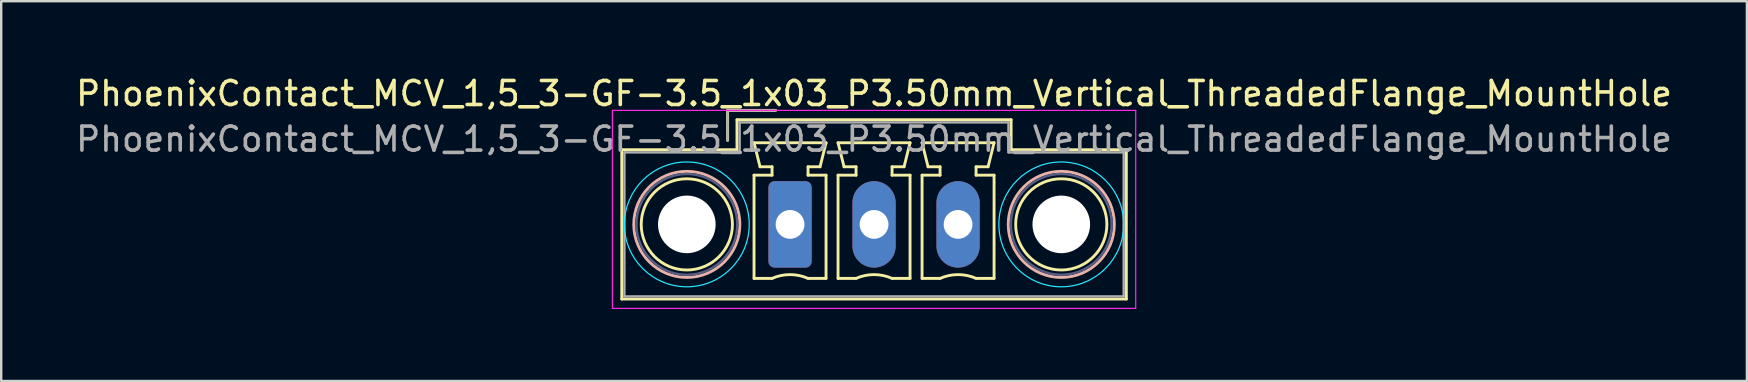
<source format=kicad_pcb>
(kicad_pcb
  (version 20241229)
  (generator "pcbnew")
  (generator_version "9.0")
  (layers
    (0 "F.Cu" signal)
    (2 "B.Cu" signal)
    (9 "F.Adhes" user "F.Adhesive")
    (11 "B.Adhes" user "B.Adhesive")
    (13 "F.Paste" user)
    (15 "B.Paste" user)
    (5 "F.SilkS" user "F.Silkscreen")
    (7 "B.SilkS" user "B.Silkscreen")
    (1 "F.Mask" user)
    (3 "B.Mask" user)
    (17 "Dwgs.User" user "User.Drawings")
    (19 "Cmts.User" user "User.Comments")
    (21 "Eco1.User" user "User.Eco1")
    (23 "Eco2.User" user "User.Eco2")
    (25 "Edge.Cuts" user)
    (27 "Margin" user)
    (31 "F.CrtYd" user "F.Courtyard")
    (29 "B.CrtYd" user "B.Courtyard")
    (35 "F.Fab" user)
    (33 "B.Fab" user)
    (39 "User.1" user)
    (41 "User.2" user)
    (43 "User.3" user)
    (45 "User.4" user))
  (footprint "PhoenixContact_MCV_1,5_3-GF-3.5_1x03_P3.50mm_Vertical_ThreadedFlange_MountHole"
    (layer "F.Cu")
    (at 29.863 6.298)
    (property "Reference" "PhoenixContact_MCV_1,5_3-GF-3.5_1x03_P3.50mm_Vertical_ThreadedFlange_MountHole" (at 3.5 -5.45 0) (layer "F.SilkS") (effects (font (size 1 1) (thickness 0.15))))
    (attr through_hole)
    (fp_line (start -7.01 -3.11) (end -7.01 3.11) (stroke (width 0.12) (type solid)) (layer "F.SilkS"))
    (fp_line (start -7.01 3.11) (end 14.01 3.11) (stroke (width 0.12) (type solid)) (layer "F.SilkS"))
    (fp_line (start -2.6 -4.75) (end -0.6 -4.75) (stroke (width 0.12) (type solid)) (layer "F.SilkS"))
    (fp_line (start -2.6 -3.5) (end -2.6 -4.75) (stroke (width 0.12) (type solid)) (layer "F.SilkS"))
    (fp_line (start -2.21 -4.36) (end -2.21 -3.11) (stroke (width 0.12) (type solid)) (layer "F.SilkS"))
    (fp_line (start -2.21 -3.11) (end -7.01 -3.11) (stroke (width 0.12) (type solid)) (layer "F.SilkS"))
    (fp_line (start -1.5 -3.4) (end 1.5 -3.4) (stroke (width 0.12) (type solid)) (layer "F.SilkS"))
    (fp_line (start -1.5 -2.05) (end -0.75 -2.05) (stroke (width 0.12) (type solid)) (layer "F.SilkS"))
    (fp_line (start -1.5 2.25) (end -1.5 -2.05) (stroke (width 0.12) (type solid)) (layer "F.SilkS"))
    (fp_line (start -1.25 -2.4) (end -1.5 -3.4) (stroke (width 0.12) (type solid)) (layer "F.SilkS"))
    (fp_line (start -0.75 -2.4) (end -1.25 -2.4) (stroke (width 0.12) (type solid)) (layer "F.SilkS"))
    (fp_line (start -0.75 -2.05) (end -0.75 -2.4) (stroke (width 0.12) (type solid)) (layer "F.SilkS"))
    (fp_line (start -0.75 2.25) (end -1.5 2.25) (stroke (width 0.12) (type solid)) (layer "F.SilkS"))
    (fp_line (start 0.75 -2.4) (end 0.75 -2.05) (stroke (width 0.12) (type solid)) (layer "F.SilkS"))
    (fp_line (start 0.75 -2.05) (end 1.5 -2.05) (stroke (width 0.12) (type solid)) (layer "F.SilkS"))
    (fp_line (start 1.25 -2.4) (end 0.75 -2.4) (stroke (width 0.12) (type solid)) (layer "F.SilkS"))
    (fp_line (start 1.5 -3.4) (end 1.25 -2.4) (stroke (width 0.12) (type solid)) (layer "F.SilkS"))
    (fp_line (start 1.5 -2.05) (end 1.5 2.25) (stroke (width 0.12) (type solid)) (layer "F.SilkS"))
    (fp_line (start 1.5 2.25) (end 0.75 2.25) (stroke (width 0.12) (type solid)) (layer "F.SilkS"))
    (fp_line (start 2 -3.4) (end 5 -3.4) (stroke (width 0.12) (type solid)) (layer "F.SilkS"))
    (fp_line (start 2 -2.05) (end 2.75 -2.05) (stroke (width 0.12) (type solid)) (layer "F.SilkS"))
    (fp_line (start 2 2.25) (end 2 -2.05) (stroke (width 0.12) (type solid)) (layer "F.SilkS"))
    (fp_line (start 2.25 -2.4) (end 2 -3.4) (stroke (width 0.12) (type solid)) (layer "F.SilkS"))
    (fp_line (start 2.75 -2.4) (end 2.25 -2.4) (stroke (width 0.12) (type solid)) (layer "F.SilkS"))
    (fp_line (start 2.75 -2.05) (end 2.75 -2.4) (stroke (width 0.12) (type solid)) (layer "F.SilkS"))
    (fp_line (start 2.75 2.25) (end 2 2.25) (stroke (width 0.12) (type solid)) (layer "F.SilkS"))
    (fp_line (start 4.25 -2.4) (end 4.25 -2.05) (stroke (width 0.12) (type solid)) (layer "F.SilkS"))
    (fp_line (start 4.25 -2.05) (end 5 -2.05) (stroke (width 0.12) (type solid)) (layer "F.SilkS"))
    (fp_line (start 4.75 -2.4) (end 4.25 -2.4) (stroke (width 0.12) (type solid)) (layer "F.SilkS"))
    (fp_line (start 5 -3.4) (end 4.75 -2.4) (stroke (width 0.12) (type solid)) (layer "F.SilkS"))
    (fp_line (start 5 -2.05) (end 5 2.25) (stroke (width 0.12) (type solid)) (layer "F.SilkS"))
    (fp_line (start 5 2.25) (end 4.25 2.25) (stroke (width 0.12) (type solid)) (layer "F.SilkS"))
    (fp_line (start 5.5 -3.4) (end 8.5 -3.4) (stroke (width 0.12) (type solid)) (layer "F.SilkS"))
    (fp_line (start 5.5 -2.05) (end 6.25 -2.05) (stroke (width 0.12) (type solid)) (layer "F.SilkS"))
    (fp_line (start 5.5 2.25) (end 5.5 -2.05) (stroke (width 0.12) (type solid)) (layer "F.SilkS"))
    (fp_line (start 5.75 -2.4) (end 5.5 -3.4) (stroke (width 0.12) (type solid)) (layer "F.SilkS"))
    (fp_line (start 6.25 -2.4) (end 5.75 -2.4) (stroke (width 0.12) (type solid)) (layer "F.SilkS"))
    (fp_line (start 6.25 -2.05) (end 6.25 -2.4) (stroke (width 0.12) (type solid)) (layer "F.SilkS"))
    (fp_line (start 6.25 2.25) (end 5.5 2.25) (stroke (width 0.12) (type solid)) (layer "F.SilkS"))
    (fp_line (start 7.75 -2.4) (end 7.75 -2.05) (stroke (width 0.12) (type solid)) (layer "F.SilkS"))
    (fp_line (start 7.75 -2.05) (end 8.5 -2.05) (stroke (width 0.12) (type solid)) (layer "F.SilkS"))
    (fp_line (start 8.25 -2.4) (end 7.75 -2.4) (stroke (width 0.12) (type solid)) (layer "F.SilkS"))
    (fp_line (start 8.5 -3.4) (end 8.25 -2.4) (stroke (width 0.12) (type solid)) (layer "F.SilkS"))
    (fp_line (start 8.5 -2.05) (end 8.5 2.25) (stroke (width 0.12) (type solid)) (layer "F.SilkS"))
    (fp_line (start 8.5 2.25) (end 7.75 2.25) (stroke (width 0.12) (type solid)) (layer "F.SilkS"))
    (fp_line (start 9.21 -4.36) (end -2.21 -4.36) (stroke (width 0.12) (type solid)) (layer "F.SilkS"))
    (fp_line (start 9.21 -3.11) (end 9.21 -4.36) (stroke (width 0.12) (type solid)) (layer "F.SilkS"))
    (fp_line (start 14.01 -3.11) (end 9.21 -3.11) (stroke (width 0.12) (type solid)) (layer "F.SilkS"))
    (fp_line (start 14.01 3.11) (end 14.01 -3.11) (stroke (width 0.12) (type solid)) (layer "F.SilkS"))
    (fp_arc (start -0.75 2.25) (mid -0.000193 2.09191) (end 0.749647 2.249844) (stroke (width 0.12) (type solid)) (layer "F.SilkS"))
    (fp_arc (start 2.75 2.25) (mid 3.499807 2.09191) (end 4.249647 2.249844) (stroke (width 0.12) (type solid)) (layer "F.SilkS"))
    (fp_arc (start 6.25 2.25) (mid 6.999807 2.09191) (end 7.749647 2.249844) (stroke (width 0.12) (type solid)) (layer "F.SilkS"))
    (fp_circle (center -4.3 0) (end -2.4 0) (stroke (width 0.12) (type solid)) (fill no) (layer "F.SilkS"))
    (fp_circle (center 11.3 0) (end 13.2 0) (stroke (width 0.12) (type solid)) (fill no) (layer "F.SilkS"))
    (fp_circle (center -4.3 0) (end -2.09 0) (stroke (width 0.12) (type solid)) (fill no) (layer "B.SilkS"))
    (fp_circle (center 11.3 0) (end 13.51 0) (stroke (width 0.12) (type solid)) (fill no) (layer "B.SilkS"))
    (fp_circle (center -4.3 0) (end -1.7 0) (stroke (width 0.05) (type solid)) (fill no) (layer "B.CrtYd"))
    (fp_circle (center 11.3 0) (end 13.9 0) (stroke (width 0.05) (type solid)) (fill no) (layer "B.CrtYd"))
    (fp_line (start -7.4 -4.75) (end -7.4 3.5) (stroke (width 0.05) (type solid)) (layer "F.CrtYd"))
    (fp_line (start -7.4 3.5) (end 14.4 3.5) (stroke (width 0.05) (type solid)) (layer "F.CrtYd"))
    (fp_line (start 14.4 -4.75) (end -7.4 -4.75) (stroke (width 0.05) (type solid)) (layer "F.CrtYd"))
    (fp_line (start 14.4 3.5) (end 14.4 -4.75) (stroke (width 0.05) (type solid)) (layer "F.CrtYd"))
    (fp_circle (center -4.3 0) (end -2.2 0) (stroke (width 0.1) (type solid)) (fill no) (layer "B.Fab"))
    (fp_circle (center 11.3 0) (end 13.4 0) (stroke (width 0.1) (type solid)) (fill no) (layer "B.Fab"))
    (fp_line (start -6.9 -3) (end -6.9 3) (stroke (width 0.1) (type solid)) (layer "F.Fab"))
    (fp_line (start -6.9 3) (end 13.9 3) (stroke (width 0.1) (type solid)) (layer "F.Fab"))
    (fp_line (start -2.6 -4.75) (end -0.6 -4.75) (stroke (width 0.1) (type solid)) (layer "F.Fab"))
    (fp_line (start -2.6 -3.5) (end -2.6 -4.75) (stroke (width 0.1) (type solid)) (layer "F.Fab"))
    (fp_line (start -2.1 -4.25) (end -2.1 -3) (stroke (width 0.1) (type solid)) (layer "F.Fab"))
    (fp_line (start -2.1 -3) (end -6.9 -3) (stroke (width 0.1) (type solid)) (layer "F.Fab"))
    (fp_line (start 9.1 -4.25) (end -2.1 -4.25) (stroke (width 0.1) (type solid)) (layer "F.Fab"))
    (fp_line (start 9.1 -3) (end 9.1 -4.25) (stroke (width 0.1) (type solid)) (layer "F.Fab"))
    (fp_line (start 13.9 -3) (end 9.1 -3) (stroke (width 0.1) (type solid)) (layer "F.Fab"))
    (fp_line (start 13.9 3) (end 13.9 -3) (stroke (width 0.1) (type solid)) (layer "F.Fab"))
    (fp_text user "${REFERENCE}" (at 3.5 -3.55 0) (layer "F.Fab") (effects (font (size 1 1) (thickness 0.15))))
    (pad "" np_thru_hole circle (at -4.3 0) (size 2.4 2.4) (drill 2.4) (layers "*.Cu" "*.Mask"))
    (pad "" np_thru_hole circle (at 11.3 0) (size 2.4 2.4) (drill 2.4) (layers "*.Cu" "*.Mask"))
    (pad "1" thru_hole roundrect (at 0 0) (size 1.8 3.6) (drill 1.2) (layers "*.Cu" "*.Mask") (roundrect_rratio 0.139))
    (pad "2" thru_hole oval (at 3.5 0) (size 1.8 3.6) (drill 1.2) (layers "*.Cu" "*.Mask"))
    (pad "3" thru_hole oval (at 7 0) (size 1.8 3.6) (drill 1.2) (layers "*.Cu" "*.Mask")))
  (gr_rect
    (start -3 -3)
    (end 69.726 12.823)
    (stroke (width 0.1) (type default))
    (fill no)
    (layer "Edge.Cuts")))
</source>
